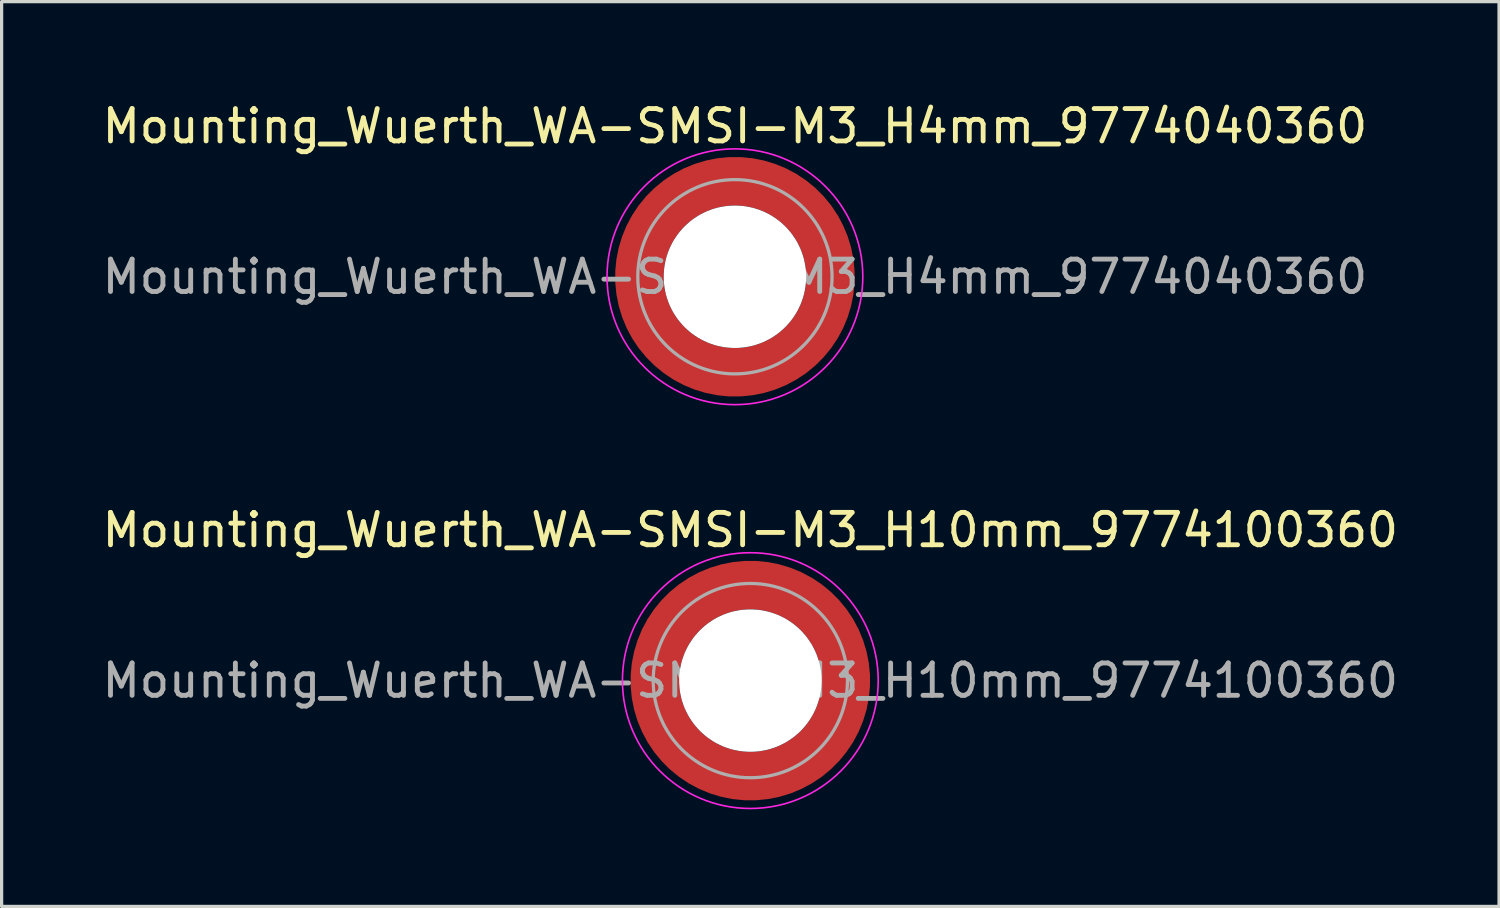
<source format=kicad_pcb>
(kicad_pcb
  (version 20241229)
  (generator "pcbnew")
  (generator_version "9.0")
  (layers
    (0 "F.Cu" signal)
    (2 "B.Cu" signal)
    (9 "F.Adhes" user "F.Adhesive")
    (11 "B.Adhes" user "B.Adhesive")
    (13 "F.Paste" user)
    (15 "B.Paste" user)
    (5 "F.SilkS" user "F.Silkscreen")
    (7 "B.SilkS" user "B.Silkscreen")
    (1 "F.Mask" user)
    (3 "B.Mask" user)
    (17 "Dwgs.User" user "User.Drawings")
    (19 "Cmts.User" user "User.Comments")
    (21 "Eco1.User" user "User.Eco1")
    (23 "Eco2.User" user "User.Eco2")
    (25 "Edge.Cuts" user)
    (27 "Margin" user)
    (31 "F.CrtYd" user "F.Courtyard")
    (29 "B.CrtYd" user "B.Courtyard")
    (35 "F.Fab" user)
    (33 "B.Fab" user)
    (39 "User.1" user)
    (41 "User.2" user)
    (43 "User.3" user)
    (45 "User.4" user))
  (footprint "Mounting_Wuerth_WA-SMSI-M3_H4mm_9774040360"
    (layer "F.Cu")
    (at 19.649 5.498)
    (property "Reference" "Mounting_Wuerth_WA-SMSI-M3_H4mm_9774040360" (at 0 -4.65 0) (layer "F.SilkS") (effects (font (size 1 1) (thickness 0.15))))
    (attr smd allow_soldermask_bridges)
    (fp_circle (center 0 0) (end 3.95 0) (stroke (width 0.05) (type solid)) (fill no) (layer "F.CrtYd"))
    (fp_circle (center 0 0) (end 3 0) (stroke (width 0.1) (type solid)) (fill no) (layer "F.Fab"))
    (fp_text user "${REFERENCE}" (at 0 0 0) (layer "F.Fab") (effects (font (size 1 1) (thickness 0.15))))
    (pad "" smd custom (at -2.058 -2.058) (size 0.55 0.55) (layers "F.Paste") (options (anchor circle)) (primitives (gr_arc (start -0.377294 1.707681) (mid 0.318198 0.318198) (end 1.707681 -0.377294) (width 0.2)) (gr_arc (start -0.478281 1.707681) (mid 0.247487 0.247487) (end 1.707681 -0.478281) (width 0.2)) (gr_arc (start -0.579192 1.707681) (mid 0.176777 0.176777) (end 1.707681 -0.579192) (width 0.2)) (gr_arc (start -0.680037 1.707681) (mid 0.106066 0.106066) (end 1.707681 -0.680037) (width 0.2)) (gr_arc (start -0.780822 1.707681) (mid 0.035355 0.035355) (end 1.707681 -0.780822) (width 0.2)) (gr_arc (start -0.881554 1.707681) (mid -0.035355 -0.035355) (end 1.707681 -0.881554) (width 0.2)) (gr_arc (start -0.982237 1.707681) (mid -0.106066 -0.106066) (end 1.707681 -0.982237) (width 0.2)) (gr_arc (start -1.082877 1.707681) (mid -0.176777 -0.176777) (end 1.707681 -1.082877) (width 0.2)) (gr_arc (start -1.183476 1.707681) (mid -0.247487 -0.247487) (end 1.707681 -1.183476) (width 0.2)) (gr_arc (start -1.28404 1.707681) (mid -0.318198 -0.318198) (end 1.707681 -1.28404) (width 0.2)) (gr_line (start 1.708 -0.377) (end 1.708 -1.284) (width 0.2)) (gr_line (start -0.377 1.708) (end -1.284 1.708) (width 0.2))))
    (pad "" smd custom (at -2.058 2.058) (size 0.55 0.55) (layers "F.Paste") (options (anchor circle)) (primitives (gr_arc (start 1.707681 0.377294) (mid 0.318198 -0.318198) (end -0.377294 -1.707681) (width 0.2)) (gr_arc (start 1.707681 0.478281) (mid 0.247487 -0.247487) (end -0.478281 -1.707681) (width 0.2)) (gr_arc (start 1.707681 0.579192) (mid 0.176777 -0.176777) (end -0.579192 -1.707681) (width 0.2)) (gr_arc (start 1.707681 0.680037) (mid 0.106066 -0.106066) (end -0.680037 -1.707681) (width 0.2)) (gr_arc (start 1.707681 0.780822) (mid 0.035355 -0.035355) (end -0.780822 -1.707681) (width 0.2)) (gr_arc (start 1.707681 0.881554) (mid -0.035355 0.035355) (end -0.881554 -1.707681) (width 0.2)) (gr_arc (start 1.707681 0.982237) (mid -0.106066 0.106066) (end -0.982237 -1.707681) (width 0.2)) (gr_arc (start 1.707681 1.082877) (mid -0.176777 0.176777) (end -1.082877 -1.707681) (width 0.2)) (gr_arc (start 1.707681 1.183476) (mid -0.247487 0.247487) (end -1.183476 -1.707681) (width 0.2)) (gr_arc (start 1.707681 1.28404) (mid -0.318198 0.318198) (end -1.28404 -1.707681) (width 0.2)) (gr_line (start -0.377 -1.708) (end -1.284 -1.708) (width 0.2)) (gr_line (start 1.708 0.377) (end 1.708 1.284) (width 0.2))))
    (pad "" np_thru_hole circle (at 0 0) (size 4.4 4.4) (drill 4.4) (layers "*.Cu" "*.Mask"))
    (pad "" smd custom (at 2.058 -2.058) (size 0.55 0.55) (layers "F.Paste") (options (anchor circle)) (primitives (gr_arc (start -1.707681 -0.377294) (mid -0.318198 0.318198) (end 0.377294 1.707681) (width 0.2)) (gr_arc (start -1.707681 -0.478281) (mid -0.247487 0.247487) (end 0.478281 1.707681) (width 0.2)) (gr_arc (start -1.707681 -0.579192) (mid -0.176777 0.176777) (end 0.579192 1.707681) (width 0.2)) (gr_arc (start -1.707681 -0.680037) (mid -0.106066 0.106066) (end 0.680037 1.707681) (width 0.2)) (gr_arc (start -1.707681 -0.780822) (mid -0.035355 0.035355) (end 0.780822 1.707681) (width 0.2)) (gr_arc (start -1.707681 -0.881554) (mid 0.035355 -0.035355) (end 0.881554 1.707681) (width 0.2)) (gr_arc (start -1.707681 -0.982237) (mid 0.106066 -0.106066) (end 0.982237 1.707681) (width 0.2)) (gr_arc (start -1.707681 -1.082877) (mid 0.176777 -0.176777) (end 1.082877 1.707681) (width 0.2)) (gr_arc (start -1.707681 -1.183476) (mid 0.247487 -0.247487) (end 1.183476 1.707681) (width 0.2)) (gr_arc (start -1.707681 -1.28404) (mid 0.318198 -0.318198) (end 1.28404 1.707681) (width 0.2)) (gr_line (start 0.377 1.708) (end 1.284 1.708) (width 0.2)) (gr_line (start -1.708 -0.377) (end -1.708 -1.284) (width 0.2))))
    (pad "" smd custom (at 2.058 2.058) (size 0.55 0.55) (layers "F.Paste") (options (anchor circle)) (primitives (gr_arc (start 0.377294 -1.707681) (mid -0.318198 -0.318198) (end -1.707681 0.377294) (width 0.2)) (gr_arc (start 0.478281 -1.707681) (mid -0.247487 -0.247487) (end -1.707681 0.478281) (width 0.2)) (gr_arc (start 0.579192 -1.707681) (mid -0.176777 -0.176777) (end -1.707681 0.579192) (width 0.2)) (gr_arc (start 0.680037 -1.707681) (mid -0.106066 -0.106066) (end -1.707681 0.680037) (width 0.2)) (gr_arc (start 0.780822 -1.707681) (mid -0.035355 -0.035355) (end -1.707681 0.780822) (width 0.2)) (gr_arc (start 0.881554 -1.707681) (mid 0.035355 0.035355) (end -1.707681 0.881554) (width 0.2)) (gr_arc (start 0.982237 -1.707681) (mid 0.106066 0.106066) (end -1.707681 0.982237) (width 0.2)) (gr_arc (start 1.082877 -1.707681) (mid 0.176777 0.176777) (end -1.707681 1.082877) (width 0.2)) (gr_arc (start 1.183476 -1.707681) (mid 0.247487 0.247487) (end -1.707681 1.183476) (width 0.2)) (gr_arc (start 1.28404 -1.707681) (mid 0.318198 0.318198) (end -1.707681 1.28404) (width 0.2)) (gr_line (start -1.708 0.377) (end -1.708 1.284) (width 0.2)) (gr_line (start 0.377 -1.708) (end 1.284 -1.708) (width 0.2))))
    (pad "1" smd circle (at -2.95 0) (size 0.992 0.992) (layers "F.Cu"))
    (pad "1" smd circle (at 0 -2.95) (size 0.992 0.992) (layers "F.Cu"))
    (pad "1" smd circle (at 0 2.95) (size 0.992 0.992) (layers "F.Cu"))
    (pad "1" smd custom (at 2.95 0) (size 1.5 1.5) (layers "F.Cu" "F.Mask") (options (anchor circle)) (primitives (gr_circle (center -2.95 0) (end 0 0) (width 1.5) (fill no)))))
  (footprint "Mounting_Wuerth_WA-SMSI-M3_H10mm_9774100360"
    (layer "F.Cu")
    (at 20.125 17.971)
    (property "Reference" "Mounting_Wuerth_WA-SMSI-M3_H10mm_9774100360" (at 0 -4.65 0) (layer "F.SilkS") (effects (font (size 1 1) (thickness 0.15))))
    (attr smd allow_soldermask_bridges)
    (fp_circle (center 0 0) (end 3.95 0) (stroke (width 0.05) (type solid)) (fill no) (layer "F.CrtYd"))
    (fp_circle (center 0 0) (end 3 0) (stroke (width 0.1) (type solid)) (fill no) (layer "F.Fab"))
    (fp_text user "${REFERENCE}" (at 0 0 0) (layer "F.Fab") (effects (font (size 1 1) (thickness 0.15))))
    (pad "" smd custom (at -2.058 -2.058) (size 0.55 0.55) (layers "F.Paste") (options (anchor circle)) (primitives (gr_arc (start -0.377294 1.707681) (mid 0.318198 0.318198) (end 1.707681 -0.377294) (width 0.2)) (gr_arc (start -0.478281 1.707681) (mid 0.247487 0.247487) (end 1.707681 -0.478281) (width 0.2)) (gr_arc (start -0.579192 1.707681) (mid 0.176777 0.176777) (end 1.707681 -0.579192) (width 0.2)) (gr_arc (start -0.680037 1.707681) (mid 0.106066 0.106066) (end 1.707681 -0.680037) (width 0.2)) (gr_arc (start -0.780822 1.707681) (mid 0.035355 0.035355) (end 1.707681 -0.780822) (width 0.2)) (gr_arc (start -0.881554 1.707681) (mid -0.035355 -0.035355) (end 1.707681 -0.881554) (width 0.2)) (gr_arc (start -0.982237 1.707681) (mid -0.106066 -0.106066) (end 1.707681 -0.982237) (width 0.2)) (gr_arc (start -1.082877 1.707681) (mid -0.176777 -0.176777) (end 1.707681 -1.082877) (width 0.2)) (gr_arc (start -1.183476 1.707681) (mid -0.247487 -0.247487) (end 1.707681 -1.183476) (width 0.2)) (gr_arc (start -1.28404 1.707681) (mid -0.318198 -0.318198) (end 1.707681 -1.28404) (width 0.2)) (gr_line (start 1.708 -0.377) (end 1.708 -1.284) (width 0.2)) (gr_line (start -0.377 1.708) (end -1.284 1.708) (width 0.2))))
    (pad "" smd custom (at -2.058 2.058) (size 0.55 0.55) (layers "F.Paste") (options (anchor circle)) (primitives (gr_arc (start 1.707681 0.377294) (mid 0.318198 -0.318198) (end -0.377294 -1.707681) (width 0.2)) (gr_arc (start 1.707681 0.478281) (mid 0.247487 -0.247487) (end -0.478281 -1.707681) (width 0.2)) (gr_arc (start 1.707681 0.579192) (mid 0.176777 -0.176777) (end -0.579192 -1.707681) (width 0.2)) (gr_arc (start 1.707681 0.680037) (mid 0.106066 -0.106066) (end -0.680037 -1.707681) (width 0.2)) (gr_arc (start 1.707681 0.780822) (mid 0.035355 -0.035355) (end -0.780822 -1.707681) (width 0.2)) (gr_arc (start 1.707681 0.881554) (mid -0.035355 0.035355) (end -0.881554 -1.707681) (width 0.2)) (gr_arc (start 1.707681 0.982237) (mid -0.106066 0.106066) (end -0.982237 -1.707681) (width 0.2)) (gr_arc (start 1.707681 1.082877) (mid -0.176777 0.176777) (end -1.082877 -1.707681) (width 0.2)) (gr_arc (start 1.707681 1.183476) (mid -0.247487 0.247487) (end -1.183476 -1.707681) (width 0.2)) (gr_arc (start 1.707681 1.28404) (mid -0.318198 0.318198) (end -1.28404 -1.707681) (width 0.2)) (gr_line (start -0.377 -1.708) (end -1.284 -1.708) (width 0.2)) (gr_line (start 1.708 0.377) (end 1.708 1.284) (width 0.2))))
    (pad "" np_thru_hole circle (at 0 0) (size 4.4 4.4) (drill 4.4) (layers "*.Cu" "*.Mask"))
    (pad "" smd custom (at 2.058 -2.058) (size 0.55 0.55) (layers "F.Paste") (options (anchor circle)) (primitives (gr_arc (start -1.707681 -0.377294) (mid -0.318198 0.318198) (end 0.377294 1.707681) (width 0.2)) (gr_arc (start -1.707681 -0.478281) (mid -0.247487 0.247487) (end 0.478281 1.707681) (width 0.2)) (gr_arc (start -1.707681 -0.579192) (mid -0.176777 0.176777) (end 0.579192 1.707681) (width 0.2)) (gr_arc (start -1.707681 -0.680037) (mid -0.106066 0.106066) (end 0.680037 1.707681) (width 0.2)) (gr_arc (start -1.707681 -0.780822) (mid -0.035355 0.035355) (end 0.780822 1.707681) (width 0.2)) (gr_arc (start -1.707681 -0.881554) (mid 0.035355 -0.035355) (end 0.881554 1.707681) (width 0.2)) (gr_arc (start -1.707681 -0.982237) (mid 0.106066 -0.106066) (end 0.982237 1.707681) (width 0.2)) (gr_arc (start -1.707681 -1.082877) (mid 0.176777 -0.176777) (end 1.082877 1.707681) (width 0.2)) (gr_arc (start -1.707681 -1.183476) (mid 0.247487 -0.247487) (end 1.183476 1.707681) (width 0.2)) (gr_arc (start -1.707681 -1.28404) (mid 0.318198 -0.318198) (end 1.28404 1.707681) (width 0.2)) (gr_line (start 0.377 1.708) (end 1.284 1.708) (width 0.2)) (gr_line (start -1.708 -0.377) (end -1.708 -1.284) (width 0.2))))
    (pad "" smd custom (at 2.058 2.058) (size 0.55 0.55) (layers "F.Paste") (options (anchor circle)) (primitives (gr_arc (start 0.377294 -1.707681) (mid -0.318198 -0.318198) (end -1.707681 0.377294) (width 0.2)) (gr_arc (start 0.478281 -1.707681) (mid -0.247487 -0.247487) (end -1.707681 0.478281) (width 0.2)) (gr_arc (start 0.579192 -1.707681) (mid -0.176777 -0.176777) (end -1.707681 0.579192) (width 0.2)) (gr_arc (start 0.680037 -1.707681) (mid -0.106066 -0.106066) (end -1.707681 0.680037) (width 0.2)) (gr_arc (start 0.780822 -1.707681) (mid -0.035355 -0.035355) (end -1.707681 0.780822) (width 0.2)) (gr_arc (start 0.881554 -1.707681) (mid 0.035355 0.035355) (end -1.707681 0.881554) (width 0.2)) (gr_arc (start 0.982237 -1.707681) (mid 0.106066 0.106066) (end -1.707681 0.982237) (width 0.2)) (gr_arc (start 1.082877 -1.707681) (mid 0.176777 0.176777) (end -1.707681 1.082877) (width 0.2)) (gr_arc (start 1.183476 -1.707681) (mid 0.247487 0.247487) (end -1.707681 1.183476) (width 0.2)) (gr_arc (start 1.28404 -1.707681) (mid 0.318198 0.318198) (end -1.707681 1.28404) (width 0.2)) (gr_line (start -1.708 0.377) (end -1.708 1.284) (width 0.2)) (gr_line (start 0.377 -1.708) (end 1.284 -1.708) (width 0.2))))
    (pad "1" smd circle (at -2.95 0) (size 0.992 0.992) (layers "F.Cu"))
    (pad "1" smd circle (at 0 -2.95) (size 0.992 0.992) (layers "F.Cu"))
    (pad "1" smd circle (at 0 2.95) (size 0.992 0.992) (layers "F.Cu"))
    (pad "1" smd custom (at 2.95 0) (size 1.5 1.5) (layers "F.Cu" "F.Mask") (options (anchor circle)) (primitives (gr_circle (center -2.95 0) (end 0 0) (width 1.5) (fill no)))))
  (gr_rect
    (start -3 -3)
    (end 43.25 24.947)
    (stroke (width 0.1) (type default))
    (fill no)
    (layer "Edge.Cuts")))
</source>
